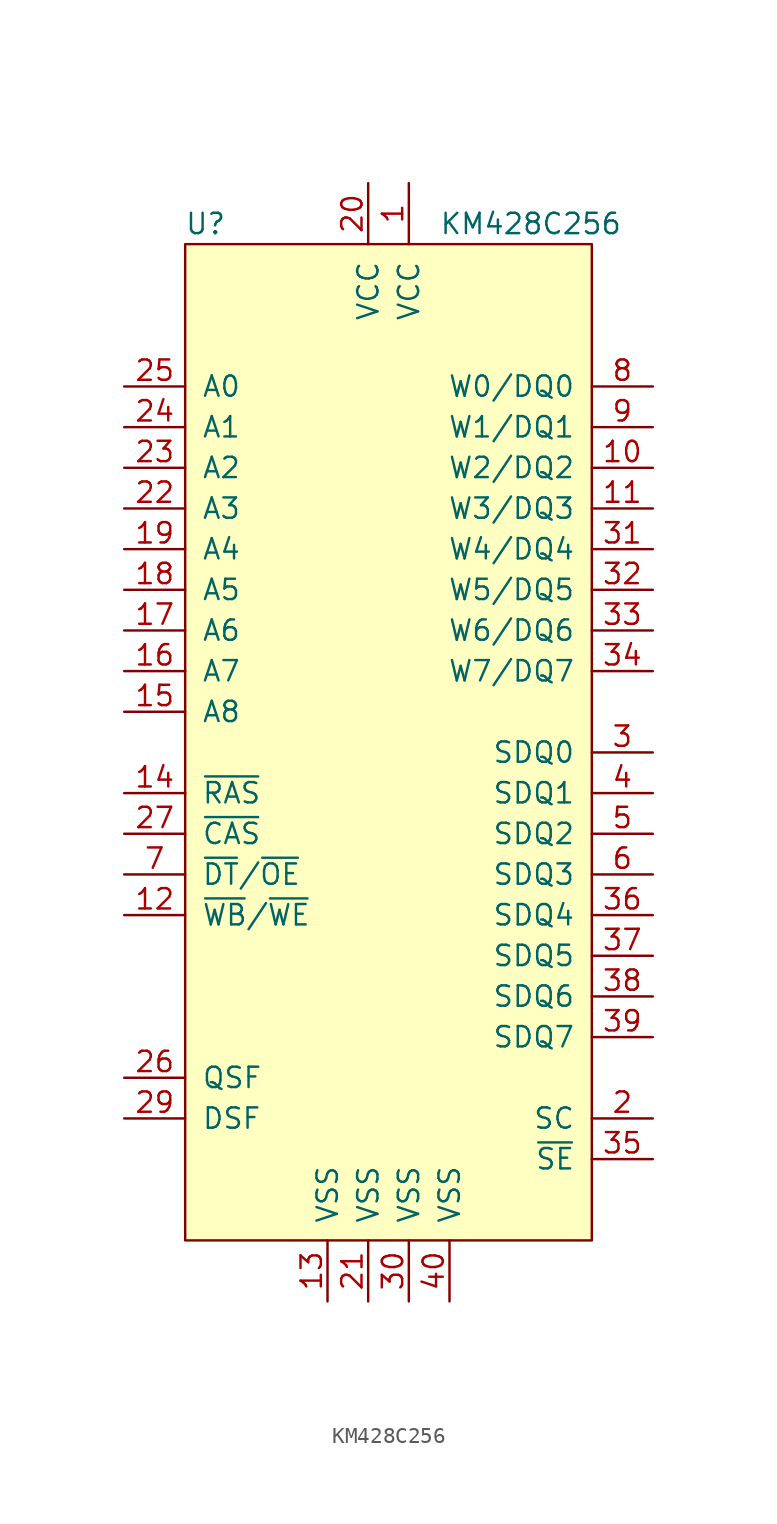
<source format=kicad_sym>
(kicad_symbol_lib
  (version 20211014)
  (generator kicad_symbol_editor)
  (symbol "KM428C256"
    (pin_names
      (offset 1.016))
    (property "Reference" "U"
      (at -11.43 30.48 0)
      (effects (font (size 1.27 1.27))))
    (property "Value" "KM428C256"
      (at 8.89 30.48 0)
      (effects (font (size 1.27 1.27))))
    (symbol "KM428C256_0_1"
      (rectangle (start -12.7 29.21) (end 12.7 -33.02) (stroke (width 0) (type default) (color 0 0 0 0)) (fill (type background))))
    (symbol "KM428C256_1_1"
      (pin power_in line (at 1.27 33.02 270) (length 3.81) (name "VCC" (effects (font (size 1.27 1.27)))) (number "1" (effects (font (size 1.27 1.27)))))
      (pin bidirectional line (at 16.51 15.24 180) (length 3.81) (name "W2/DQ2" (effects (font (size 1.27 1.27)))) (number "10" (effects (font (size 1.27 1.27)))))
      (pin bidirectional line (at 16.51 12.7 180) (length 3.81) (name "W3/DQ3" (effects (font (size 1.27 1.27)))) (number "11" (effects (font (size 1.27 1.27)))))
      (pin input line (at -16.51 -12.7 0) (length 3.81) (name "~{WB}/~{WE}" (effects (font (size 1.27 1.27)))) (number "12" (effects (font (size 1.27 1.27)))))
      (pin power_in line (at -3.81 -36.83 90) (length 3.81) (name "VSS" (effects (font (size 1.27 1.27)))) (number "13" (effects (font (size 1.27 1.27)))))
      (pin input line (at -16.51 -5.08 0) (length 3.81) (name "~{RAS}" (effects (font (size 1.27 1.27)))) (number "14" (effects (font (size 1.27 1.27)))))
      (pin input line (at -16.51 0 0) (length 3.81) (name "A8" (effects (font (size 1.27 1.27)))) (number "15" (effects (font (size 1.27 1.27)))))
      (pin input line (at -16.51 2.54 0) (length 3.81) (name "A7" (effects (font (size 1.27 1.27)))) (number "16" (effects (font (size 1.27 1.27)))))
      (pin input line (at -16.51 5.08 0) (length 3.81) (name "A6" (effects (font (size 1.27 1.27)))) (number "17" (effects (font (size 1.27 1.27)))))
      (pin input line (at -16.51 7.62 0) (length 3.81) (name "A5" (effects (font (size 1.27 1.27)))) (number "18" (effects (font (size 1.27 1.27)))))
      (pin input line (at -16.51 10.16 0) (length 3.81) (name "A4" (effects (font (size 1.27 1.27)))) (number "19" (effects (font (size 1.27 1.27)))))
      (pin input line (at 16.51 -25.4 180) (length 3.81) (name "SC" (effects (font (size 1.27 1.27)))) (number "2" (effects (font (size 1.27 1.27)))))
      (pin power_in line (at -1.27 33.02 270) (length 3.81) (name "VCC" (effects (font (size 1.27 1.27)))) (number "20" (effects (font (size 1.27 1.27)))))
      (pin power_in line (at -1.27 -36.83 90) (length 3.81) (name "VSS" (effects (font (size 1.27 1.27)))) (number "21" (effects (font (size 1.27 1.27)))))
      (pin input line (at -16.51 12.7 0) (length 3.81) (name "A3" (effects (font (size 1.27 1.27)))) (number "22" (effects (font (size 1.27 1.27)))))
      (pin input line (at -16.51 15.24 0) (length 3.81) (name "A2" (effects (font (size 1.27 1.27)))) (number "23" (effects (font (size 1.27 1.27)))))
      (pin input line (at -16.51 17.78 0) (length 3.81) (name "A1" (effects (font (size 1.27 1.27)))) (number "24" (effects (font (size 1.27 1.27)))))
      (pin input line (at -16.51 20.32 0) (length 3.81) (name "A0" (effects (font (size 1.27 1.27)))) (number "25" (effects (font (size 1.27 1.27)))))
      (pin input line (at -16.51 -22.86 0) (length 3.81) (name "QSF" (effects (font (size 1.27 1.27)))) (number "26" (effects (font (size 1.27 1.27)))))
      (pin input line (at -16.51 -7.62 0) (length 3.81) (name "~{CAS}" (effects (font (size 1.27 1.27)))) (number "27" (effects (font (size 1.27 1.27)))))
      (pin no_connect line (at 16.51 0 180) (length 3.81) hide (name "N/C" (effects (font (size 1.27 1.27)))) (number "28" (effects (font (size 1.27 1.27)))))
      (pin input line (at -16.51 -25.4 0) (length 3.81) (name "DSF" (effects (font (size 1.27 1.27)))) (number "29" (effects (font (size 1.27 1.27)))))
      (pin bidirectional line (at 16.51 -2.54 180) (length 3.81) (name "SDQ0" (effects (font (size 1.27 1.27)))) (number "3" (effects (font (size 1.27 1.27)))))
      (pin power_in line (at 1.27 -36.83 90) (length 3.81) (name "VSS" (effects (font (size 1.27 1.27)))) (number "30" (effects (font (size 1.27 1.27)))))
      (pin bidirectional line (at 16.51 10.16 180) (length 3.81) (name "W4/DQ4" (effects (font (size 1.27 1.27)))) (number "31" (effects (font (size 1.27 1.27)))))
      (pin bidirectional line (at 16.51 7.62 180) (length 3.81) (name "W5/DQ5" (effects (font (size 1.27 1.27)))) (number "32" (effects (font (size 1.27 1.27)))))
      (pin bidirectional line (at 16.51 5.08 180) (length 3.81) (name "W6/DQ6" (effects (font (size 1.27 1.27)))) (number "33" (effects (font (size 1.27 1.27)))))
      (pin bidirectional line (at 16.51 2.54 180) (length 3.81) (name "W7/DQ7" (effects (font (size 1.27 1.27)))) (number "34" (effects (font (size 1.27 1.27)))))
      (pin input line (at 16.51 -27.94 180) (length 3.81) (name "~{SE}" (effects (font (size 1.27 1.27)))) (number "35" (effects (font (size 1.27 1.27)))))
      (pin bidirectional line (at 16.51 -12.7 180) (length 3.81) (name "SDQ4" (effects (font (size 1.27 1.27)))) (number "36" (effects (font (size 1.27 1.27)))))
      (pin bidirectional line (at 16.51 -15.24 180) (length 3.81) (name "SDQ5" (effects (font (size 1.27 1.27)))) (number "37" (effects (font (size 1.27 1.27)))))
      (pin bidirectional line (at 16.51 -17.78 180) (length 3.81) (name "SDQ6" (effects (font (size 1.27 1.27)))) (number "38" (effects (font (size 1.27 1.27)))))
      (pin bidirectional line (at 16.51 -20.32 180) (length 3.81) (name "SDQ7" (effects (font (size 1.27 1.27)))) (number "39" (effects (font (size 1.27 1.27)))))
      (pin bidirectional line (at 16.51 -5.08 180) (length 3.81) (name "SDQ1" (effects (font (size 1.27 1.27)))) (number "4" (effects (font (size 1.27 1.27)))))
      (pin power_in line (at 3.81 -36.83 90) (length 3.81) (name "VSS" (effects (font (size 1.27 1.27)))) (number "40" (effects (font (size 1.27 1.27)))))
      (pin bidirectional line (at 16.51 -7.62 180) (length 3.81) (name "SDQ2" (effects (font (size 1.27 1.27)))) (number "5" (effects (font (size 1.27 1.27)))))
      (pin bidirectional line (at 16.51 -10.16 180) (length 3.81) (name "SDQ3" (effects (font (size 1.27 1.27)))) (number "6" (effects (font (size 1.27 1.27)))))
      (pin input line (at -16.51 -10.16 0) (length 3.81) (name "~{DT}/~{OE}" (effects (font (size 1.27 1.27)))) (number "7" (effects (font (size 1.27 1.27)))))
      (pin bidirectional line (at 16.51 20.32 180) (length 3.81) (name "W0/DQ0" (effects (font (size 1.27 1.27)))) (number "8" (effects (font (size 1.27 1.27)))))
      (pin bidirectional line (at 16.51 17.78 180) (length 3.81) (name "W1/DQ1" (effects (font (size 1.27 1.27)))) (number "9" (effects (font (size 1.27 1.27))))))))
</source>
